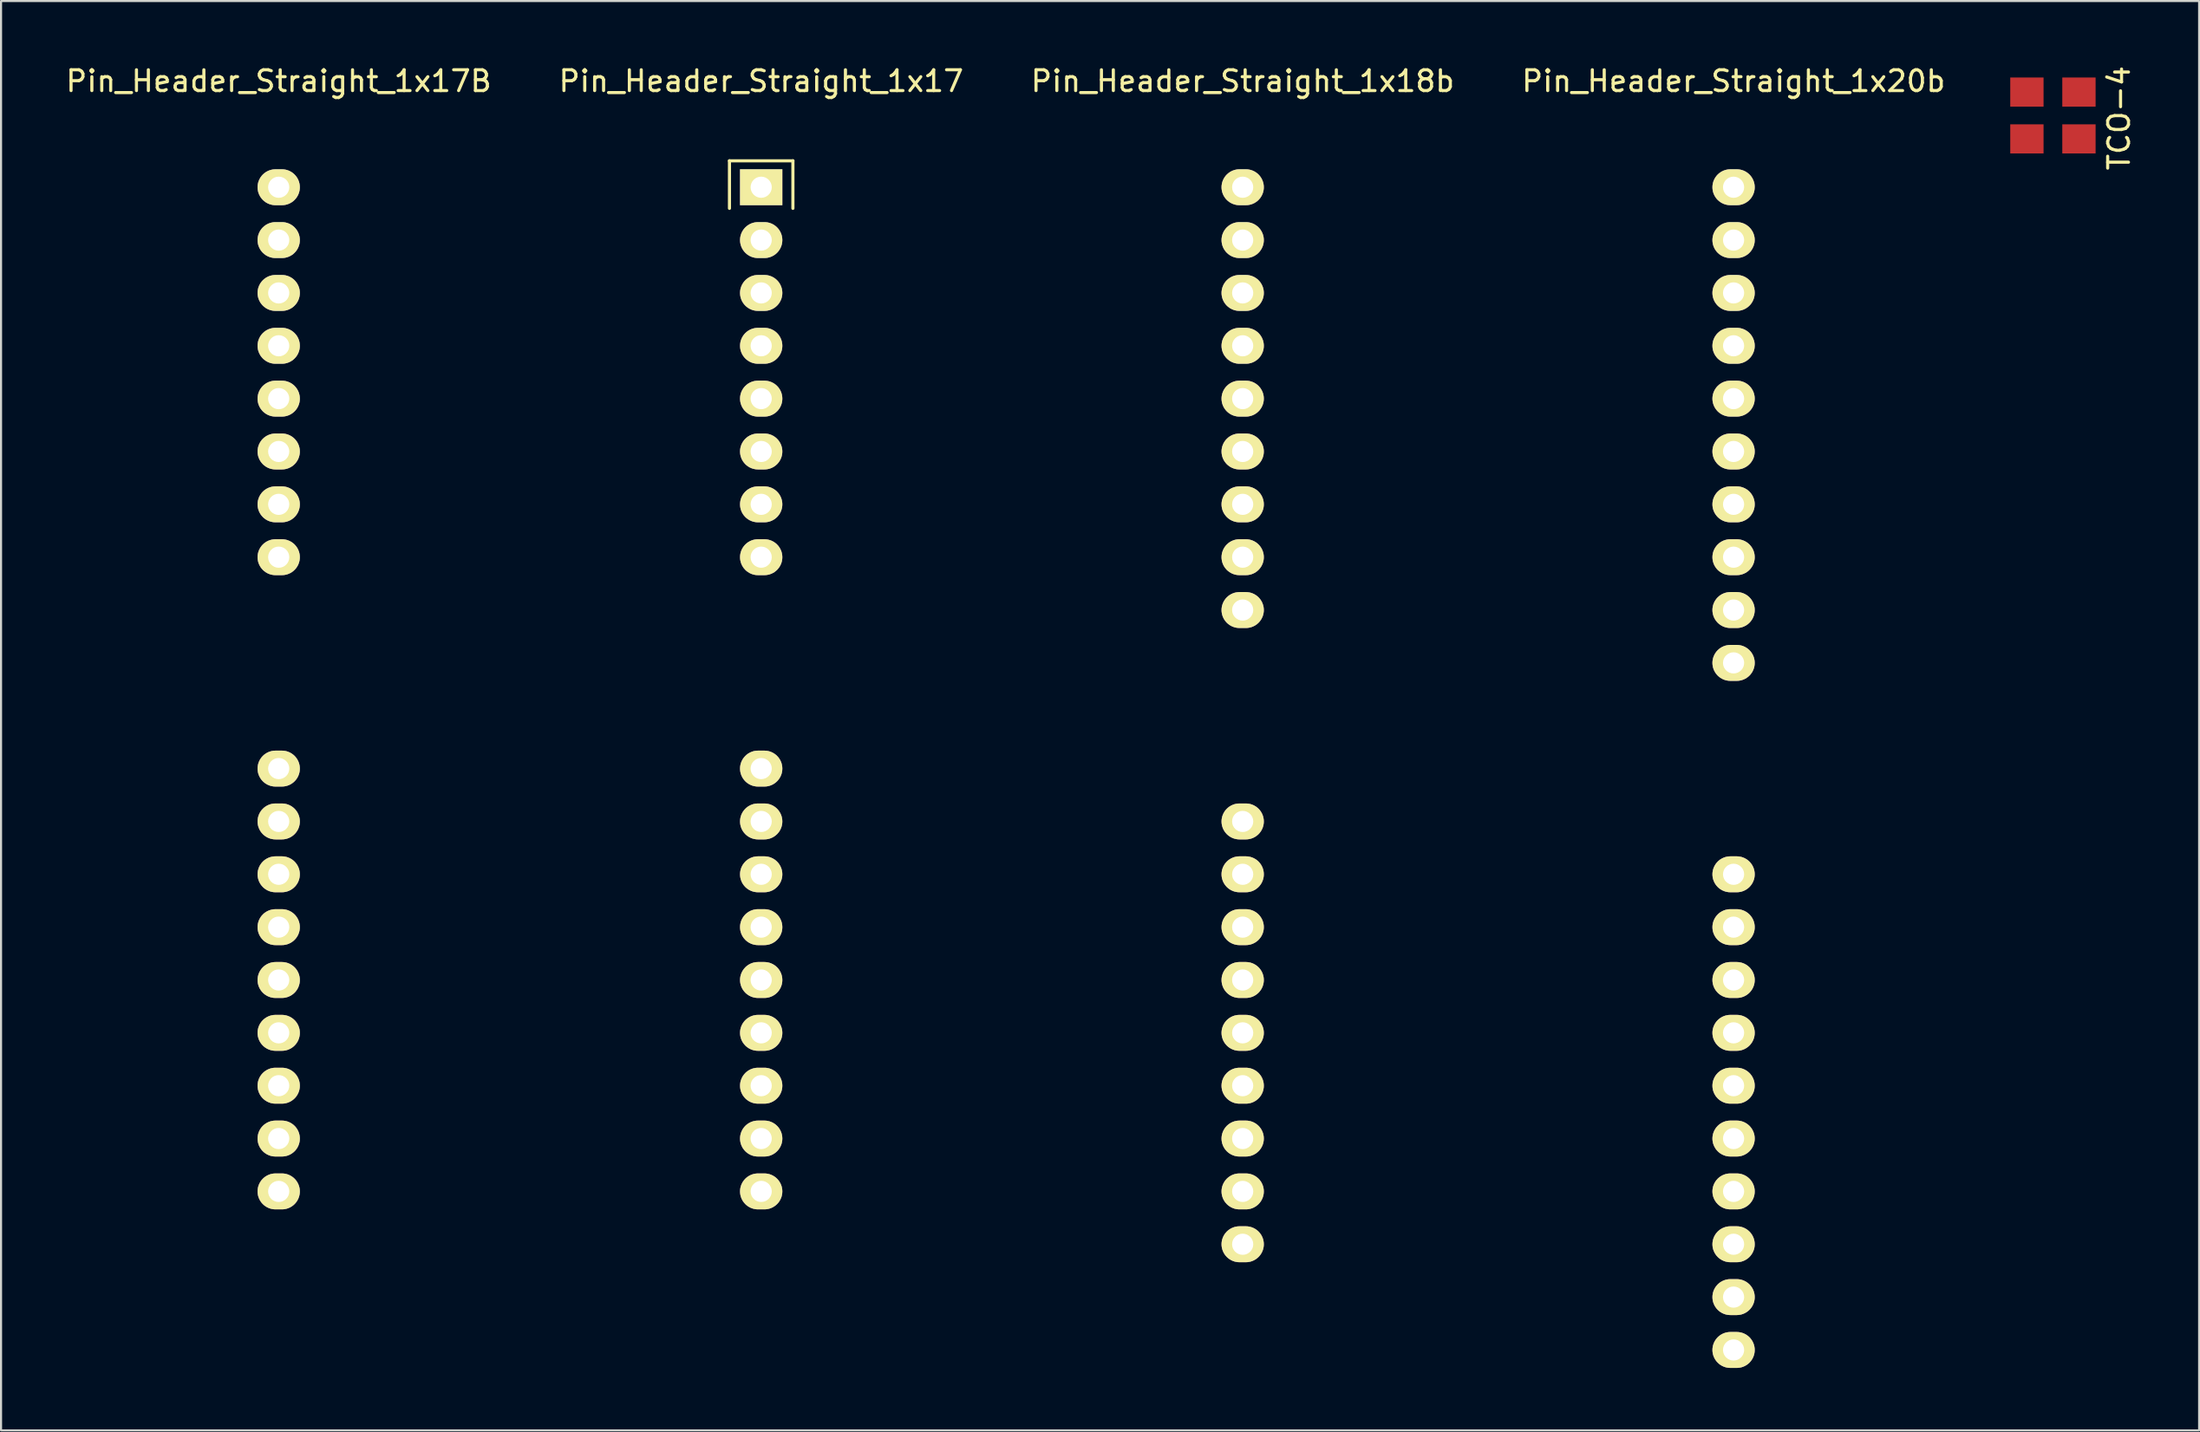
<source format=kicad_pcb>
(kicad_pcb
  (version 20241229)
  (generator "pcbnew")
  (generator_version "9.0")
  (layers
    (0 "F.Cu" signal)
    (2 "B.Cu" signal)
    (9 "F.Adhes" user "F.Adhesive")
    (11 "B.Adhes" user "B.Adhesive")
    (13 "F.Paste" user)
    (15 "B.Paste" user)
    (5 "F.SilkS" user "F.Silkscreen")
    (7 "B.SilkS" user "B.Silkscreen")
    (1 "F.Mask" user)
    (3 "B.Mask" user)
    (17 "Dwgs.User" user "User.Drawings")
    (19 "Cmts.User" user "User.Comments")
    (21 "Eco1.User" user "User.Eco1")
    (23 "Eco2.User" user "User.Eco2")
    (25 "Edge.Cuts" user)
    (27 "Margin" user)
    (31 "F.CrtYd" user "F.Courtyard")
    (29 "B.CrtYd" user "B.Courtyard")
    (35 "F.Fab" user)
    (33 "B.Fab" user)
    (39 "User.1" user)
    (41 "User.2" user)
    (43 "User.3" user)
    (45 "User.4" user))
  (footprint "Pin_Header_Straight_1x17B"
    (layer "F.Cu")
    (at 10.339 5.948)
    (property "Reference" "Pin_Header_Straight_1x17B" (at 0 -5.1 0) (layer "F.SilkS") (effects (font (size 1 1) (thickness 0.15))))
    (attr through_hole)
    (pad "1" thru_hole oval (at 0 0) (size 2.032 1.727) (drill 1.016) (layers "*.Cu" "*.Mask" "F.SilkS"))
    (pad "2" thru_hole oval (at 0 2.54) (size 2.032 1.727) (drill 1.016) (layers "*.Cu" "*.Mask" "F.SilkS"))
    (pad "3" thru_hole oval (at 0 5.08) (size 2.032 1.727) (drill 1.016) (layers "*.Cu" "*.Mask" "F.SilkS"))
    (pad "4" thru_hole oval (at 0 7.62) (size 2.032 1.727) (drill 1.016) (layers "*.Cu" "*.Mask" "F.SilkS"))
    (pad "5" thru_hole oval (at 0 10.16) (size 2.032 1.727) (drill 1.016) (layers "*.Cu" "*.Mask" "F.SilkS"))
    (pad "6" thru_hole oval (at 0 12.7) (size 2.032 1.727) (drill 1.016) (layers "*.Cu" "*.Mask" "F.SilkS"))
    (pad "7" thru_hole oval (at 0 15.24) (size 2.032 1.727) (drill 1.016) (layers "*.Cu" "*.Mask" "F.SilkS"))
    (pad "8" thru_hole oval (at 0 17.78) (size 2.032 1.727) (drill 1.016) (layers "*.Cu" "*.Mask" "F.SilkS"))
    (pad "9" thru_hole oval (at 0 27.94) (size 2.032 1.727) (drill 1.016) (layers "*.Cu" "*.Mask" "F.SilkS"))
    (pad "10" thru_hole oval (at 0 30.48) (size 2.032 1.727) (drill 1.016) (layers "*.Cu" "*.Mask" "F.SilkS"))
    (pad "11" thru_hole oval (at 0 33.02) (size 2.032 1.727) (drill 1.016) (layers "*.Cu" "*.Mask" "F.SilkS"))
    (pad "12" thru_hole oval (at 0 35.56) (size 2.032 1.727) (drill 1.016) (layers "*.Cu" "*.Mask" "F.SilkS"))
    (pad "13" thru_hole oval (at 0 38.1) (size 2.032 1.727) (drill 1.016) (layers "*.Cu" "*.Mask" "F.SilkS"))
    (pad "14" thru_hole oval (at 0 40.64) (size 2.032 1.727) (drill 1.016) (layers "*.Cu" "*.Mask" "F.SilkS"))
    (pad "15" thru_hole oval (at 0 43.18) (size 2.032 1.727) (drill 1.016) (layers "*.Cu" "*.Mask" "F.SilkS"))
    (pad "16" thru_hole oval (at 0 45.72) (size 2.032 1.727) (drill 1.016) (layers "*.Cu" "*.Mask" "F.SilkS"))
    (pad "17" thru_hole oval (at 0 48.26) (size 2.032 1.727) (drill 1.016) (layers "*.Cu" "*.Mask" "F.SilkS")))
  (footprint "Pin_Header_Straight_1x17"
    (layer "F.Cu")
    (at 33.518 5.948)
    (property "Reference" "Pin_Header_Straight_1x17" (at 0 -5.1 0) (layer "F.SilkS") (effects (font (size 1 1) (thickness 0.15))))
    (attr through_hole)
    (fp_line (start -1.524 -1.27) (end 1.524 -1.27) (stroke (width 0.15) (type solid)) (layer "F.SilkS"))
    (fp_line (start -1.524 1.016) (end -1.524 -1.27) (stroke (width 0.15) (type solid)) (layer "F.SilkS"))
    (fp_line (start 1.524 -1.27) (end 1.524 1.016) (stroke (width 0.15) (type solid)) (layer "F.SilkS"))
    (pad "1" thru_hole rect (at 0 0) (size 2.032 1.727) (drill 1.016) (layers "*.Cu" "*.Mask" "F.SilkS"))
    (pad "2" thru_hole oval (at 0 2.54) (size 2.032 1.727) (drill 1.016) (layers "*.Cu" "*.Mask" "F.SilkS"))
    (pad "3" thru_hole oval (at 0 5.08) (size 2.032 1.727) (drill 1.016) (layers "*.Cu" "*.Mask" "F.SilkS"))
    (pad "4" thru_hole oval (at 0 7.62) (size 2.032 1.727) (drill 1.016) (layers "*.Cu" "*.Mask" "F.SilkS"))
    (pad "5" thru_hole oval (at 0 10.16) (size 2.032 1.727) (drill 1.016) (layers "*.Cu" "*.Mask" "F.SilkS"))
    (pad "6" thru_hole oval (at 0 12.7) (size 2.032 1.727) (drill 1.016) (layers "*.Cu" "*.Mask" "F.SilkS"))
    (pad "7" thru_hole oval (at 0 15.24) (size 2.032 1.727) (drill 1.016) (layers "*.Cu" "*.Mask" "F.SilkS"))
    (pad "8" thru_hole oval (at 0 17.78) (size 2.032 1.727) (drill 1.016) (layers "*.Cu" "*.Mask" "F.SilkS"))
    (pad "9" thru_hole oval (at 0 27.94) (size 2.032 1.727) (drill 1.016) (layers "*.Cu" "*.Mask" "F.SilkS"))
    (pad "10" thru_hole oval (at 0 30.48) (size 2.032 1.727) (drill 1.016) (layers "*.Cu" "*.Mask" "F.SilkS"))
    (pad "11" thru_hole oval (at 0 33.02) (size 2.032 1.727) (drill 1.016) (layers "*.Cu" "*.Mask" "F.SilkS"))
    (pad "12" thru_hole oval (at 0 35.56) (size 2.032 1.727) (drill 1.016) (layers "*.Cu" "*.Mask" "F.SilkS"))
    (pad "13" thru_hole oval (at 0 38.1) (size 2.032 1.727) (drill 1.016) (layers "*.Cu" "*.Mask" "F.SilkS"))
    (pad "14" thru_hole oval (at 0 40.64) (size 2.032 1.727) (drill 1.016) (layers "*.Cu" "*.Mask" "F.SilkS"))
    (pad "15" thru_hole oval (at 0 43.18) (size 2.032 1.727) (drill 1.016) (layers "*.Cu" "*.Mask" "F.SilkS"))
    (pad "16" thru_hole oval (at 0 45.72) (size 2.032 1.727) (drill 1.016) (layers "*.Cu" "*.Mask" "F.SilkS"))
    (pad "17" thru_hole oval (at 0 48.26) (size 2.032 1.727) (drill 1.016) (layers "*.Cu" "*.Mask" "F.SilkS")))
  (footprint "TCO-4"
    (layer "F.Cu")
    (at 95.574 2.625)
    (property "Reference" "TCO-4" (at 3.175 0 90) (layer "F.SilkS") (effects (font (size 1 1) (thickness 0.15))))
    (attr through_hole)
    (pad "1" smd rect (at -1.25 1) (size 1.6 1.4) (layers "F.Cu" "F.Mask" "F.Paste"))
    (pad "2" smd rect (at 1.25 1) (size 1.6 1.4) (layers "F.Cu" "F.Mask" "F.Paste"))
    (pad "3" smd rect (at 1.25 -1.25) (size 1.6 1.4) (layers "F.Cu" "F.Mask" "F.Paste"))
    (pad "4" smd rect (at -1.25 -1.25) (size 1.6 1.4) (layers "F.Cu" "F.Mask" "F.Paste")))
  (footprint "Pin_Header_Straight_1x18b"
    (layer "F.Cu")
    (at 56.649 5.948)
    (property "Reference" "Pin_Header_Straight_1x18b" (at 0 -5.1 0) (layer "F.SilkS") (effects (font (size 1 1) (thickness 0.15))))
    (attr through_hole)
    (pad "1" thru_hole oval (at 0 0) (size 2.032 1.727) (drill 1.016) (layers "*.Cu" "*.Mask" "F.SilkS"))
    (pad "2" thru_hole oval (at 0 2.54) (size 2.032 1.727) (drill 1.016) (layers "*.Cu" "*.Mask" "F.SilkS"))
    (pad "3" thru_hole oval (at 0 5.08) (size 2.032 1.727) (drill 1.016) (layers "*.Cu" "*.Mask" "F.SilkS"))
    (pad "4" thru_hole oval (at 0 7.62) (size 2.032 1.727) (drill 1.016) (layers "*.Cu" "*.Mask" "F.SilkS"))
    (pad "5" thru_hole oval (at 0 10.16) (size 2.032 1.727) (drill 1.016) (layers "*.Cu" "*.Mask" "F.SilkS"))
    (pad "6" thru_hole oval (at 0 12.7) (size 2.032 1.727) (drill 1.016) (layers "*.Cu" "*.Mask" "F.SilkS"))
    (pad "7" thru_hole oval (at 0 15.24) (size 2.032 1.727) (drill 1.016) (layers "*.Cu" "*.Mask" "F.SilkS"))
    (pad "8" thru_hole oval (at 0 17.78) (size 2.032 1.727) (drill 1.016) (layers "*.Cu" "*.Mask" "F.SilkS"))
    (pad "9" thru_hole oval (at 0 20.32) (size 2.032 1.727) (drill 1.016) (layers "*.Cu" "*.Mask" "F.SilkS"))
    (pad "10" thru_hole oval (at 0 30.48) (size 2.032 1.727) (drill 1.016) (layers "*.Cu" "*.Mask" "F.SilkS"))
    (pad "11" thru_hole oval (at 0 33.02) (size 2.032 1.727) (drill 1.016) (layers "*.Cu" "*.Mask" "F.SilkS"))
    (pad "12" thru_hole oval (at 0 35.56) (size 2.032 1.727) (drill 1.016) (layers "*.Cu" "*.Mask" "F.SilkS"))
    (pad "13" thru_hole oval (at 0 38.1) (size 2.032 1.727) (drill 1.016) (layers "*.Cu" "*.Mask" "F.SilkS"))
    (pad "14" thru_hole oval (at 0 40.64) (size 2.032 1.727) (drill 1.016) (layers "*.Cu" "*.Mask" "F.SilkS"))
    (pad "15" thru_hole oval (at 0 43.18) (size 2.032 1.727) (drill 1.016) (layers "*.Cu" "*.Mask" "F.SilkS"))
    (pad "16" thru_hole oval (at 0 45.72) (size 2.032 1.727) (drill 1.016) (layers "*.Cu" "*.Mask" "F.SilkS"))
    (pad "17" thru_hole oval (at 0 48.26) (size 2.032 1.727) (drill 1.016) (layers "*.Cu" "*.Mask" "F.SilkS"))
    (pad "18" thru_hole oval (at 0 50.8) (size 2.032 1.727) (drill 1.016) (layers "*.Cu" "*.Mask" "F.SilkS")))
  (footprint "Pin_Header_Straight_1x20b"
    (layer "F.Cu")
    (at 80.232 5.948)
    (property "Reference" "Pin_Header_Straight_1x20b" (at 0 -5.1 0) (layer "F.SilkS") (effects (font (size 1 1) (thickness 0.15))))
    (attr through_hole)
    (pad "1" thru_hole oval (at 0 0) (size 2.032 1.727) (drill 1.016) (layers "*.Cu" "*.Mask" "F.SilkS"))
    (pad "2" thru_hole oval (at 0 2.54) (size 2.032 1.727) (drill 1.016) (layers "*.Cu" "*.Mask" "F.SilkS"))
    (pad "3" thru_hole oval (at 0 5.08) (size 2.032 1.727) (drill 1.016) (layers "*.Cu" "*.Mask" "F.SilkS"))
    (pad "4" thru_hole oval (at 0 7.62) (size 2.032 1.727) (drill 1.016) (layers "*.Cu" "*.Mask" "F.SilkS"))
    (pad "5" thru_hole oval (at 0 10.16) (size 2.032 1.727) (drill 1.016) (layers "*.Cu" "*.Mask" "F.SilkS"))
    (pad "6" thru_hole oval (at 0 12.7) (size 2.032 1.727) (drill 1.016) (layers "*.Cu" "*.Mask" "F.SilkS"))
    (pad "7" thru_hole oval (at 0 15.24) (size 2.032 1.727) (drill 1.016) (layers "*.Cu" "*.Mask" "F.SilkS"))
    (pad "8" thru_hole oval (at 0 17.78) (size 2.032 1.727) (drill 1.016) (layers "*.Cu" "*.Mask" "F.SilkS"))
    (pad "9" thru_hole oval (at 0 20.32) (size 2.032 1.727) (drill 1.016) (layers "*.Cu" "*.Mask" "F.SilkS"))
    (pad "10" thru_hole oval (at 0 22.86) (size 2.032 1.727) (drill 1.016) (layers "*.Cu" "*.Mask" "F.SilkS"))
    (pad "11" thru_hole oval (at 0 33.02) (size 2.032 1.727) (drill 1.016) (layers "*.Cu" "*.Mask" "F.SilkS"))
    (pad "12" thru_hole oval (at 0 35.56) (size 2.032 1.727) (drill 1.016) (layers "*.Cu" "*.Mask" "F.SilkS"))
    (pad "13" thru_hole oval (at 0 38.1) (size 2.032 1.727) (drill 1.016) (layers "*.Cu" "*.Mask" "F.SilkS"))
    (pad "14" thru_hole oval (at 0 40.64) (size 2.032 1.727) (drill 1.016) (layers "*.Cu" "*.Mask" "F.SilkS"))
    (pad "15" thru_hole oval (at 0 43.18) (size 2.032 1.727) (drill 1.016) (layers "*.Cu" "*.Mask" "F.SilkS"))
    (pad "16" thru_hole oval (at 0 45.72) (size 2.032 1.727) (drill 1.016) (layers "*.Cu" "*.Mask" "F.SilkS"))
    (pad "17" thru_hole oval (at 0 48.26) (size 2.032 1.727) (drill 1.016) (layers "*.Cu" "*.Mask" "F.SilkS"))
    (pad "18" thru_hole oval (at 0 50.8) (size 2.032 1.727) (drill 1.016) (layers "*.Cu" "*.Mask" "F.SilkS"))
    (pad "19" thru_hole oval (at 0 53.34) (size 2.032 1.727) (drill 1.016) (layers "*.Cu" "*.Mask" "F.SilkS"))
    (pad "20" thru_hole oval (at 0 55.88) (size 2.032 1.727) (drill 1.016) (layers "*.Cu" "*.Mask" "F.SilkS")))
  (gr_rect
    (start -3 -3)
    (end 102.597 65.692)
    (stroke (width 0.1) (type default))
    (fill no)
    (layer "Edge.Cuts")))
</source>
